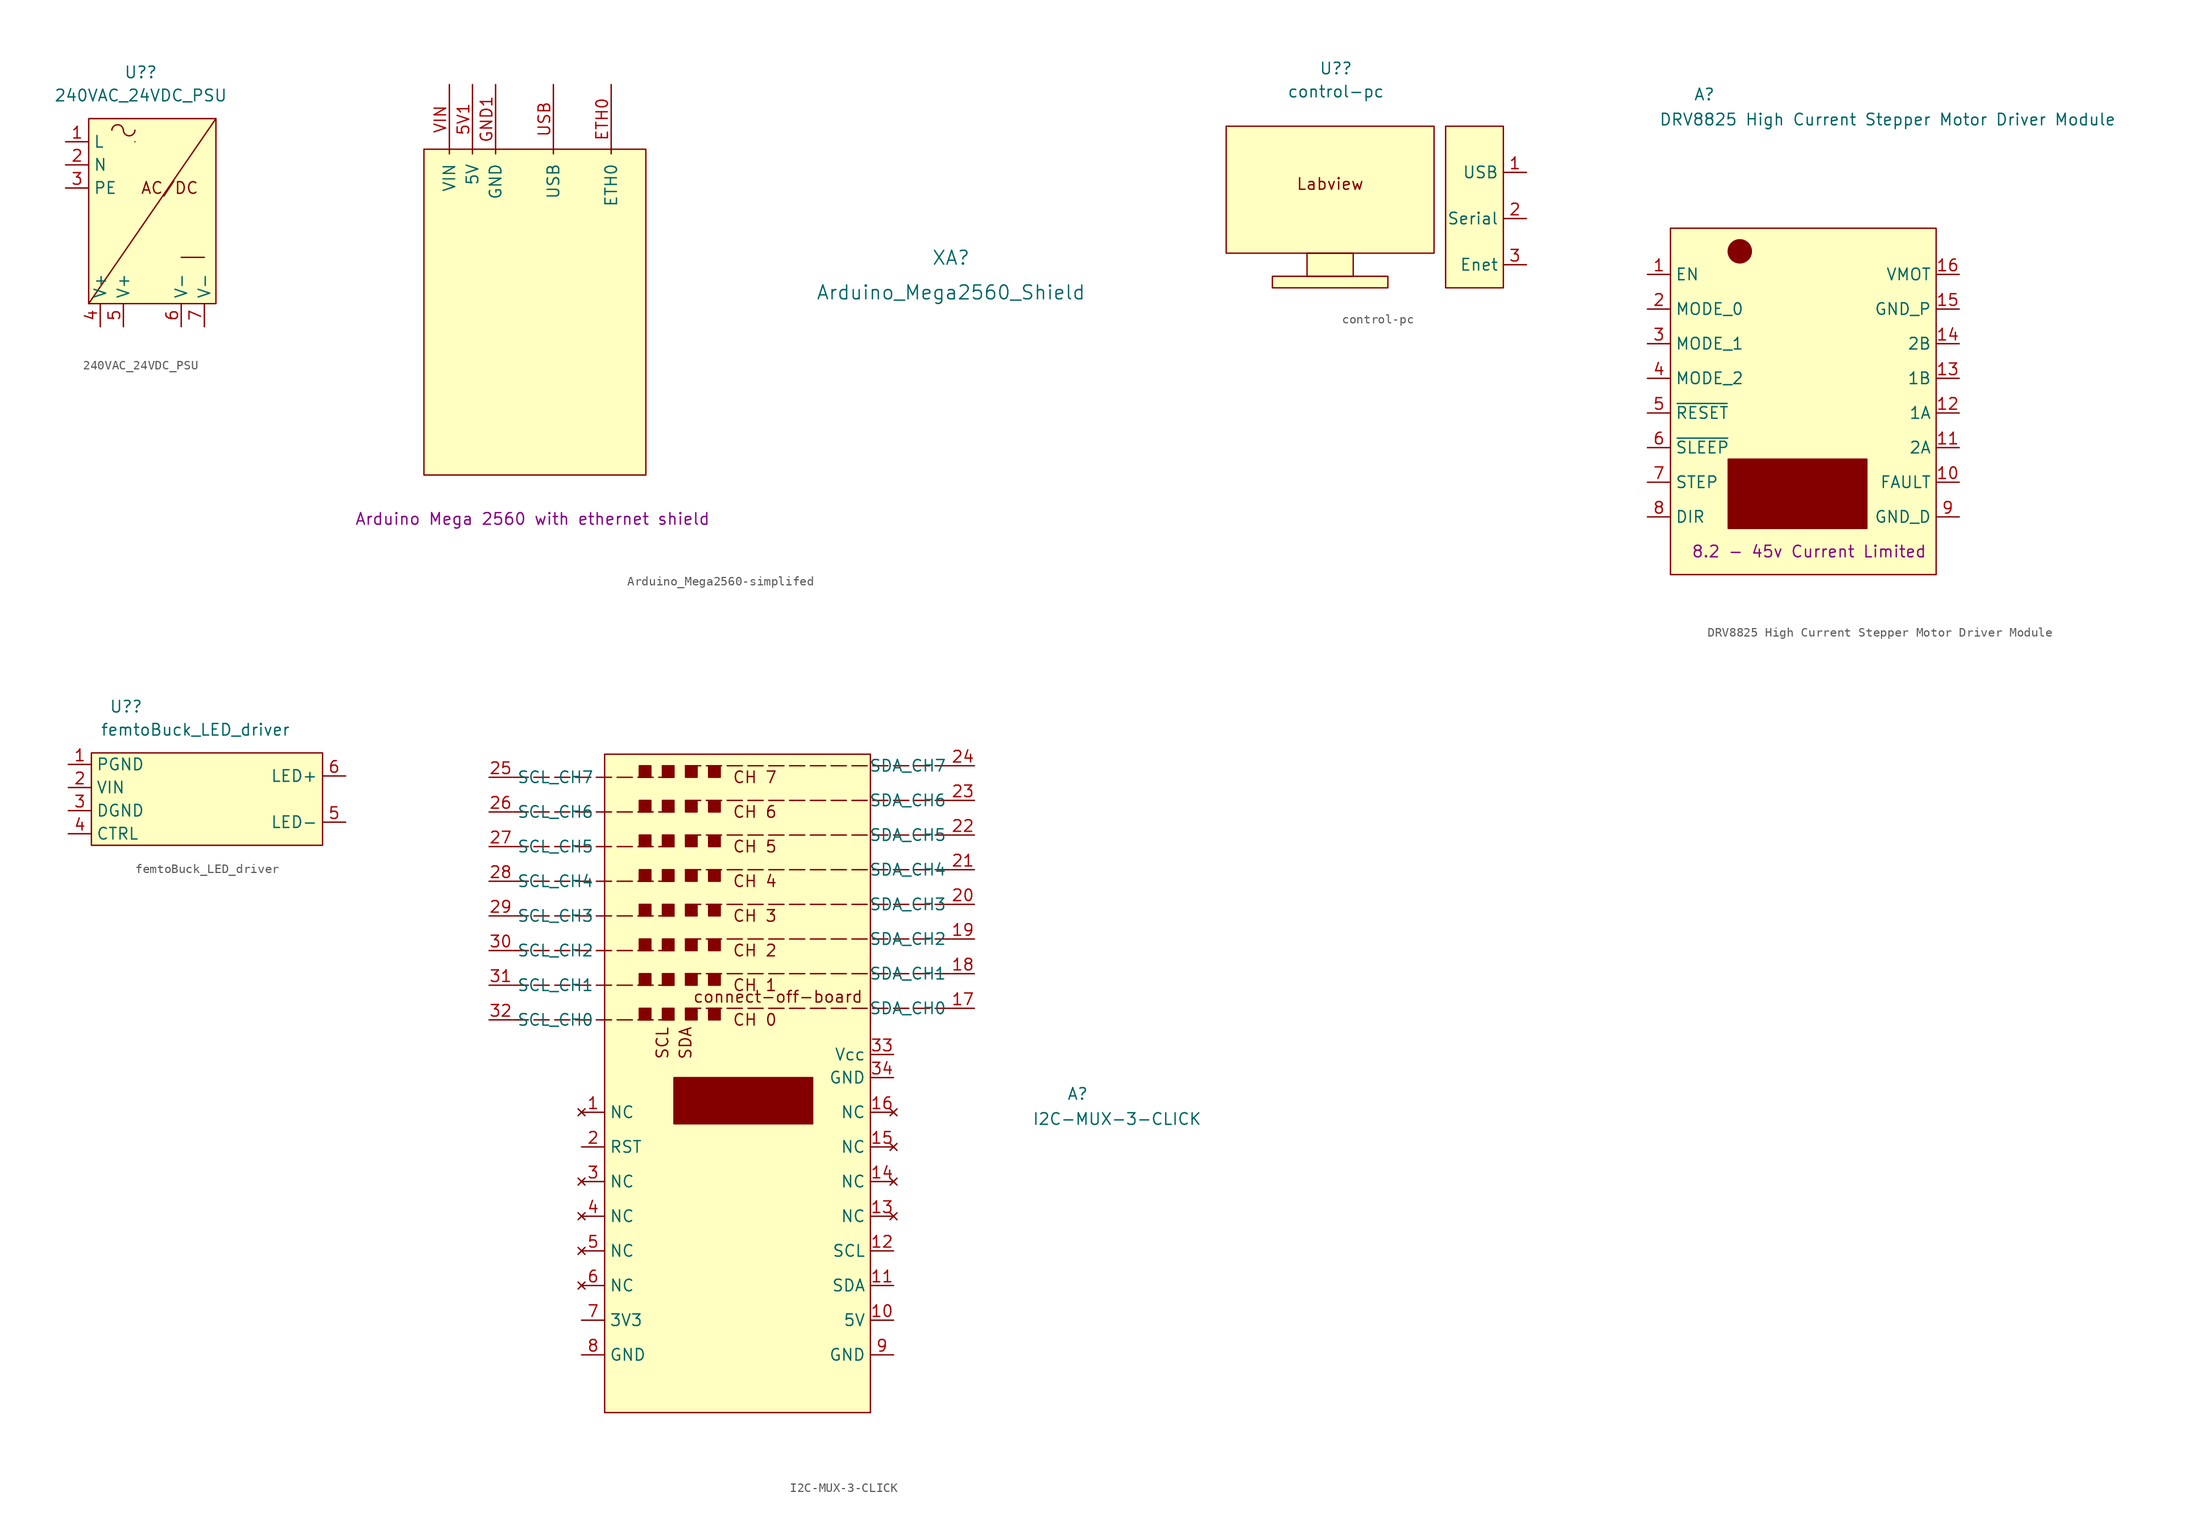
<source format=kicad_sym>
(kicad_symbol_lib
  (version 20231120)
  (generator "kicad_symbol_editor")
  (generator_version "8.0")
  (symbol "240VAC_24VDC_PSU"
    (property "Reference" "U?"
      (at -0.635 10.16 0)
      (effects (font (size 1.27 1.27))))
    (property "Value" "240VAC_24VDC_PSU"
      (at -0.635 7.62 0)
      (effects (font (size 1.27 1.27))))
    (symbol "240VAC_24VDC_PSU_0_0"
      (arc (start -2.54 3.81) (mid -3.175 4.4071) (end -3.81 3.81) (stroke (width 0) (type default)) (fill (type none)))
      (arc (start -2.54 3.81) (mid -1.905 3.1907) (end -1.27 3.81) (stroke (width 0) (type default)) (fill (type none)))
      (arc (start -1.27 2.54) (mid -1.27 2.54) (end -1.27 2.54) (stroke (width 0) (type default)) (fill (type none)))
      (polyline (pts (xy -6.35 -15.24) (xy 7.62 5.08)) (stroke (width 0) (type default)) (fill (type none)))
      (polyline (pts (xy 3.81 -10.16) (xy 6.35 -10.16)) (stroke (width 0) (type default)) (fill (type none)))
      (text "AC/DC" (at 2.54 -2.54 0) (effects (font (size 1.27 1.27))))
      (pin power_in line (at -8.89 2.54 0) (length 2.54) (name "L" (effects (font (size 1.27 1.27)))) (number "1" (effects (font (size 1.27 1.27)))))
      (pin passive line (at -8.89 0 0) (length 2.54) (name "N" (effects (font (size 1.27 1.27)))) (number "2" (effects (font (size 1.27 1.27)))))
      (pin passive line (at -8.89 -2.54 0) (length 2.54) (name "PE" (effects (font (size 1.27 1.27)))) (number "3" (effects (font (size 1.27 1.27)))))
      (pin passive line (at -5.08 -17.78 90) (length 2.54) (name "V+" (effects (font (size 1.27 1.27)))) (number "4" (effects (font (size 1.27 1.27)))))
      (pin passive line (at -2.54 -17.78 90) (length 2.54) (name "V+" (effects (font (size 1.27 1.27)))) (number "5" (effects (font (size 1.27 1.27)))))
      (pin passive line (at 3.81 -17.78 90) (length 2.54) (name "V-" (effects (font (size 1.27 1.27)))) (number "6" (effects (font (size 1.27 1.27)))))
      (pin passive line (at 6.35 -17.78 90) (length 2.54) (name "V-" (effects (font (size 1.27 1.27)))) (number "7" (effects (font (size 1.27 1.27))))))
    (symbol "240VAC_24VDC_PSU_0_1"
      (rectangle (start -6.35 5.08) (end 7.62 -15.24) (stroke (width 0) (type default)) (fill (type background)))))
  (symbol "Arduino_Mega2560-simplifed"
    (pin_names
      (offset 1.016))
    (property "Reference" "XA"
      (at 44.958 7.62 0)
      (effects (font (size 1.524 1.524))))
    (property "Value" "Arduino_Mega2560_Shield"
      (at 44.958 3.81 0)
      (effects (font (size 1.524 1.524))))
    (property "Description" "Arduino Mega 2560 with ethernet shield"
      (at -1.016 -21.082 0)
      (effects (font (size 1.27 1.27))))
    (symbol "Arduino_Mega2560-simplifed_0_0"
      (rectangle (start -12.954 19.558) (end 11.43 -16.256) (stroke (width 0) (type default)) (fill (type background))))
    (symbol "Arduino_Mega2560-simplifed_1_1"
      (pin power_in line (at -7.62 26.67 270) (length 7.62) (name "5V" (effects (font (size 1.27 1.27)))) (number "5V1" (effects (font (size 1.27 1.27)))))
      (pin bidirectional line (at 7.62 26.67 270) (length 7.62) (name "ETH0" (effects (font (size 1.27 1.27)))) (number "ETH0" (effects (font (size 1.27 1.27)))))
      (pin power_in line (at -5.08 26.67 270) (length 7.62) (name "GND" (effects (font (size 1.27 1.27)))) (number "GND1" (effects (font (size 1.27 1.27)))))
      (pin bidirectional line (at 1.27 26.67 270) (length 7.62) (name "USB" (effects (font (size 1.27 1.27)))) (number "USB" (effects (font (size 1.27 1.27)))))
      (pin power_in line (at -10.16 26.67 270) (length 7.62) (name "VIN" (effects (font (size 1.27 1.27)))) (number "VIN" (effects (font (size 1.27 1.27)))))))
  (symbol "control-pc"
    (property "Reference" "U?"
      (at -0.635 10.16 0)
      (effects (font (size 1.27 1.27))))
    (property "Value" "control-pc"
      (at -0.635 7.62 0)
      (effects (font (size 1.27 1.27))))
    (symbol "control-pc_0_0"
      (text "Labview" (at -1.27 -2.54 0) (effects (font (size 1.27 1.27)))))
    (symbol "control-pc_0_1"
      (rectangle (start -12.7 -10.16) (end 10.16 3.81) (stroke (width 0) (type default)) (fill (type background)))
      (rectangle (start -7.62 -13.97) (end 5.08 -12.7) (stroke (width 0) (type default)) (fill (type background)))
      (rectangle (start -3.81 -12.7) (end 1.27 -10.16) (stroke (width 0) (type default)) (fill (type background)))
      (rectangle (start 11.43 -13.97) (end 17.78 3.81) (stroke (width 0) (type default)) (fill (type background))))
    (symbol "control-pc_1_1"
      (pin bidirectional line (at 20.32 -1.27 180) (length 2.54) (name "USB" (effects (font (size 1.27 1.27)))) (number "1" (effects (font (size 1.27 1.27)))))
      (pin bidirectional line (at 20.32 -6.35 180) (length 2.54) (name "Serial" (effects (font (size 1.27 1.27)))) (number "2" (effects (font (size 1.27 1.27)))))
      (pin bidirectional line (at 20.32 -11.43 180) (length 2.54) (name "Enet" (effects (font (size 1.27 1.27)))) (number "3" (effects (font (size 1.27 1.27)))))))
  (symbol "DRV8825 High Current Stepper Motor Driver Module"
    (property "Reference" "A"
      (at -12.7 31.75 0)
      (effects (font (size 1.27 1.27)) (justify left bottom)))
    (property "Value" "DRV8825 High Current Stepper Motor Driver Module"
      (at -16.51 30.48 0)
      (effects (font (size 1.27 1.27)) (justify left top)))
    (property "Notes" "8.2 - 45v Current Limited"
      (at 0 -17.78 0)
      (effects (font (size 1.27 1.27))))
    (symbol "DRV8825 High Current Stepper Motor Driver Module_0_1"
      (rectangle (start -15.24 17.78) (end 13.97 -20.32) (stroke (width 0) (type default)) (fill (type background)))
      (rectangle (start -8.89 -7.62) (end 6.35 -15.24) (stroke (width 0) (type default)) (fill (type outline)))
      (circle (center -7.62 15.24) (radius 1.27) (stroke (width 0) (type default)) (fill (type outline))))
    (symbol "DRV8825 High Current Stepper Motor Driver Module_1_1"
      (pin passive line (at -17.78 12.7 0) (length 2.54) (name "EN" (effects (font (size 1.27 1.27)))) (number "1" (effects (font (size 1.27 1.27)))))
      (pin output line (at 16.51 -10.16 180) (length 2.54) (name "FAULT" (effects (font (size 1.27 1.27)))) (number "10" (effects (font (size 1.27 1.27)))))
      (pin output line (at 16.51 -6.35 180) (length 2.54) (name "2A" (effects (font (size 1.27 1.27)))) (number "11" (effects (font (size 1.27 1.27)))))
      (pin output line (at 16.51 -2.54 180) (length 2.54) (name "1A" (effects (font (size 1.27 1.27)))) (number "12" (effects (font (size 1.27 1.27)))))
      (pin output line (at 16.51 1.27 180) (length 2.54) (name "1B" (effects (font (size 1.27 1.27)))) (number "13" (effects (font (size 1.27 1.27)))))
      (pin output line (at 16.51 5.08 180) (length 2.54) (name "2B" (effects (font (size 1.27 1.27)))) (number "14" (effects (font (size 1.27 1.27)))))
      (pin power_in line (at 16.51 8.89 180) (length 2.54) (name "GND_P" (effects (font (size 1.27 1.27)))) (number "15" (effects (font (size 1.27 1.27)))))
      (pin power_in line (at 16.51 12.7 180) (length 2.54) (name "VMOT" (effects (font (size 1.27 1.27)))) (number "16" (effects (font (size 1.27 1.27)))))
      (pin passive line (at -17.78 8.89 0) (length 2.54) (name "MODE_0" (effects (font (size 1.27 1.27)))) (number "2" (effects (font (size 1.27 1.27)))))
      (pin passive line (at -17.78 5.08 0) (length 2.54) (name "MODE_1" (effects (font (size 1.27 1.27)))) (number "3" (effects (font (size 1.27 1.27)))))
      (pin passive line (at -17.78 1.27 0) (length 2.54) (name "MODE_2" (effects (font (size 1.27 1.27)))) (number "4" (effects (font (size 1.27 1.27)))))
      (pin input line (at -17.78 -2.54 0) (length 2.54) (name "~{RESET}" (effects (font (size 1.27 1.27)))) (number "5" (effects (font (size 1.27 1.27)))))
      (pin input line (at -17.78 -6.35 0) (length 2.54) (name "~{SLEEP}" (effects (font (size 1.27 1.27)))) (number "6" (effects (font (size 1.27 1.27)))))
      (pin input line (at -17.78 -10.16 0) (length 2.54) (name "STEP" (effects (font (size 1.27 1.27)))) (number "7" (effects (font (size 1.27 1.27)))))
      (pin input line (at -17.78 -13.97 0) (length 2.54) (name "DIR" (effects (font (size 1.27 1.27)))) (number "8" (effects (font (size 1.27 1.27)))))
      (pin power_out line (at 16.51 -13.97 180) (length 2.54) (name "GND_D" (effects (font (size 1.27 1.27)))) (number "9" (effects (font (size 1.27 1.27)))))))
  (symbol "femtoBuck_LED_driver"
    (property "Reference" "U?"
      (at -6.35 10.16 0)
      (effects (font (size 1.27 1.27))))
    (property "Value" "femtoBuck_LED_driver"
      (at 1.27 7.62 0)
      (effects (font (size 1.27 1.27))))
    (symbol "femtoBuck_LED_driver_0_0"
      (rectangle (start -10.16 5.08) (end 15.24 -5.08) (stroke (width 0) (type default)) (fill (type background))))
    (symbol "femtoBuck_LED_driver_1_1"
      (pin power_in line (at -12.7 3.81 0) (length 2.54) (name "PGND" (effects (font (size 1.27 1.27)))) (number "1" (effects (font (size 1.27 1.27)))))
      (pin power_in line (at -12.7 1.27 0) (length 2.54) (name "VIN" (effects (font (size 1.27 1.27)))) (number "2" (effects (font (size 1.27 1.27)))))
      (pin power_in line (at -12.7 -1.27 0) (length 2.54) (name "DGND" (effects (font (size 1.27 1.27)))) (number "3" (effects (font (size 1.27 1.27)))))
      (pin input line (at -12.7 -3.81 0) (length 2.54) (name "CTRL" (effects (font (size 1.27 1.27)))) (number "4" (effects (font (size 1.27 1.27)))))
      (pin output line (at 17.78 -2.54 180) (length 2.54) (name "LED-" (effects (font (size 1.27 1.27)))) (number "5" (effects (font (size 1.27 1.27)))))
      (pin output line (at 17.78 2.54 180) (length 2.54) (name "LED+" (effects (font (size 1.27 1.27)))) (number "6" (effects (font (size 1.27 1.27)))))))
  (symbol "I2C-MUX-3-CLICK"
    (property "Reference" "A"
      (at 35.56 13.97 0)
      (effects (font (size 1.27 1.27)) (justify left bottom)))
    (property "Value" "I2C-MUX-3-CLICK"
      (at 31.75 12.7 0)
      (effects (font (size 1.27 1.27)) (justify left top)))
    (symbol "I2C-MUX-3-CLICK_0_1"
      (rectangle (start -15.24 52.07) (end 13.97 -20.32) (stroke (width 0) (type default)) (fill (type background)))
      (rectangle (start -11.43 24.13) (end -10.16 22.86) (stroke (width 0) (type default)) (fill (type outline)))
      (rectangle (start -11.43 27.94) (end -10.16 26.67) (stroke (width 0) (type default)) (fill (type outline)))
      (rectangle (start -11.43 31.75) (end -10.16 30.48) (stroke (width 0) (type default)) (fill (type outline)))
      (rectangle (start -11.43 35.56) (end -10.16 34.29) (stroke (width 0) (type default)) (fill (type outline)))
      (rectangle (start -11.43 39.37) (end -10.16 38.1) (stroke (width 0) (type default)) (fill (type outline)))
      (rectangle (start -11.43 43.18) (end -10.16 41.91) (stroke (width 0) (type default)) (fill (type outline)))
      (rectangle (start -11.43 46.99) (end -10.16 45.72) (stroke (width 0) (type default)) (fill (type outline)))
      (rectangle (start -11.43 50.8) (end -10.16 49.53) (stroke (width 0) (type default)) (fill (type outline)))
      (rectangle (start -8.89 24.13) (end -7.62 22.86) (stroke (width 0) (type default)) (fill (type outline)))
      (rectangle (start -8.89 27.94) (end -7.62 26.67) (stroke (width 0) (type default)) (fill (type outline)))
      (rectangle (start -8.89 31.75) (end -7.62 30.48) (stroke (width 0) (type default)) (fill (type outline)))
      (rectangle (start -8.89 35.56) (end -7.62 34.29) (stroke (width 0) (type default)) (fill (type outline)))
      (rectangle (start -8.89 39.37) (end -7.62 38.1) (stroke (width 0) (type default)) (fill (type outline)))
      (rectangle (start -8.89 43.18) (end -7.62 41.91) (stroke (width 0) (type default)) (fill (type outline)))
      (rectangle (start -8.89 46.99) (end -7.62 45.72) (stroke (width 0) (type default)) (fill (type outline)))
      (rectangle (start -8.89 50.8) (end -7.62 49.53) (stroke (width 0) (type default)) (fill (type outline)))
      (rectangle (start -7.62 16.51) (end 7.62 11.43) (stroke (width 0) (type default)) (fill (type outline)))
      (rectangle (start -6.35 24.13) (end -5.08 22.86) (stroke (width 0) (type default)) (fill (type outline)))
      (rectangle (start -6.35 27.94) (end -5.08 26.67) (stroke (width 0) (type default)) (fill (type outline)))
      (rectangle (start -6.35 31.75) (end -5.08 30.48) (stroke (width 0) (type default)) (fill (type outline)))
      (rectangle (start -6.35 35.56) (end -5.08 34.29) (stroke (width 0) (type default)) (fill (type outline)))
      (rectangle (start -6.35 39.37) (end -5.08 38.1) (stroke (width 0) (type default)) (fill (type outline)))
      (rectangle (start -6.35 43.18) (end -5.08 41.91) (stroke (width 0) (type default)) (fill (type outline)))
      (rectangle (start -6.35 46.99) (end -5.08 45.72) (stroke (width 0) (type default)) (fill (type outline)))
      (rectangle (start -6.35 50.8) (end -5.08 49.53) (stroke (width 0) (type default)) (fill (type outline)))
      (rectangle (start -3.81 24.13) (end -2.54 22.86) (stroke (width 0) (type default)) (fill (type outline)))
      (rectangle (start -3.81 27.94) (end -2.54 26.67) (stroke (width 0) (type default)) (fill (type outline)))
      (rectangle (start -3.81 31.75) (end -2.54 30.48) (stroke (width 0) (type default)) (fill (type outline)))
      (rectangle (start -3.81 35.56) (end -2.54 34.29) (stroke (width 0) (type default)) (fill (type outline)))
      (rectangle (start -3.81 39.37) (end -2.54 38.1) (stroke (width 0) (type default)) (fill (type outline)))
      (rectangle (start -3.81 43.18) (end -2.54 41.91) (stroke (width 0) (type default)) (fill (type outline)))
      (rectangle (start -3.81 46.99) (end -2.54 45.72) (stroke (width 0) (type default)) (fill (type outline)))
      (rectangle (start -3.81 50.8) (end -2.54 49.53) (stroke (width 0) (type default)) (fill (type outline)))
      (polyline (pts (xy -7.62 22.86) (xy -25.4 22.86)) (stroke (width 0) (type dash)) (fill (type none)))
      (polyline (pts (xy -7.62 26.67) (xy -25.4 26.67)) (stroke (width 0) (type dash)) (fill (type none)))
      (polyline (pts (xy -7.62 30.48) (xy -25.4 30.48)) (stroke (width 0) (type dash)) (fill (type none)))
      (polyline (pts (xy -7.62 34.29) (xy -25.4 34.29)) (stroke (width 0) (type dash)) (fill (type none)))
      (polyline (pts (xy -7.62 38.1) (xy -25.4 38.1)) (stroke (width 0) (type dash)) (fill (type none)))
      (polyline (pts (xy -7.62 41.91) (xy -25.4 41.91)) (stroke (width 0) (type dash)) (fill (type none)))
      (polyline (pts (xy -7.62 45.72) (xy -25.4 45.72)) (stroke (width 0) (type dash)) (fill (type none)))
      (polyline (pts (xy -7.62 49.53) (xy -25.4 49.53)) (stroke (width 0) (type dash)) (fill (type none)))
      (polyline (pts (xy -6.35 24.13) (xy 22.86 24.13)) (stroke (width 0) (type dash)) (fill (type none)))
      (polyline (pts (xy -6.35 27.94) (xy 22.86 27.94)) (stroke (width 0) (type dash)) (fill (type none)))
      (polyline (pts (xy -6.35 31.75) (xy 22.86 31.75)) (stroke (width 0) (type dash)) (fill (type none)))
      (polyline (pts (xy -6.35 35.56) (xy 22.86 35.56)) (stroke (width 0) (type dash)) (fill (type none)))
      (polyline (pts (xy -6.35 39.37) (xy 22.86 39.37)) (stroke (width 0) (type dash)) (fill (type none)))
      (polyline (pts (xy -6.35 43.18) (xy 22.86 43.18)) (stroke (width 0) (type dash)) (fill (type none)))
      (polyline (pts (xy -6.35 46.99) (xy 22.86 46.99)) (stroke (width 0) (type dash)) (fill (type none)))
      (polyline (pts (xy -6.35 50.8) (xy 22.86 50.8)) (stroke (width 0) (type dash)) (fill (type none)))
      (text "CH 0" (at 1.27 22.86 0) (effects (font (size 1.27 1.27))))
      (text "CH 1" (at 1.27 26.67 0) (effects (font (size 1.27 1.27))))
      (text "CH 2" (at 1.27 30.48 0) (effects (font (size 1.27 1.27))))
      (text "CH 3" (at 1.27 34.29 0) (effects (font (size 1.27 1.27))))
      (text "CH 4" (at 1.27 38.1 0) (effects (font (size 1.27 1.27))))
      (text "CH 5" (at 1.27 41.91 0) (effects (font (size 1.27 1.27))))
      (text "CH 6" (at 1.27 45.72 0) (effects (font (size 1.27 1.27))))
      (text "CH 7" (at 1.27 49.53 0) (effects (font (size 1.27 1.27))))
      (text "connect-off-board" (at 3.81 25.4 0) (effects (font (size 1.27 1.27))))
      (text "SCL" (at -8.89 20.32 900) (effects (font (size 1.27 1.27))))
      (text "SDA" (at -6.35 20.32 900) (effects (font (size 1.27 1.27)))))
    (symbol "I2C-MUX-3-CLICK_1_1"
      (pin no_connect line (at -17.78 12.7 0) (length 2.54) (name "NC" (effects (font (size 1.27 1.27)))) (number "1" (effects (font (size 1.27 1.27)))))
      (pin power_in line (at 16.51 -10.16 180) (length 2.54) (name "5V" (effects (font (size 1.27 1.27)))) (number "10" (effects (font (size 1.27 1.27)))))
      (pin bidirectional line (at 16.51 -6.35 180) (length 2.54) (name "SDA" (effects (font (size 1.27 1.27)))) (number "11" (effects (font (size 1.27 1.27)))))
      (pin input line (at 16.51 -2.54 180) (length 2.54) (name "SCL" (effects (font (size 1.27 1.27)))) (number "12" (effects (font (size 1.27 1.27)))))
      (pin no_connect line (at 16.51 1.27 180) (length 2.54) (name "NC" (effects (font (size 1.27 1.27)))) (number "13" (effects (font (size 1.27 1.27)))))
      (pin no_connect line (at 16.51 5.08 180) (length 2.54) (name "NC" (effects (font (size 1.27 1.27)))) (number "14" (effects (font (size 1.27 1.27)))))
      (pin no_connect line (at 16.51 8.89 180) (length 2.54) (name "NC" (effects (font (size 1.27 1.27)))) (number "15" (effects (font (size 1.27 1.27)))))
      (pin no_connect line (at 16.51 12.7 180) (length 2.54) (name "NC" (effects (font (size 1.27 1.27)))) (number "16" (effects (font (size 1.27 1.27)))))
      (pin output line (at 25.4 24.13 180) (length 2.54) (name "SDA_CH0" (effects (font (size 1.27 1.27)))) (number "17" (effects (font (size 1.27 1.27)))))
      (pin output line (at 25.4 27.94 180) (length 2.54) (name "SDA_CH1" (effects (font (size 1.27 1.27)))) (number "18" (effects (font (size 1.27 1.27)))))
      (pin output line (at 25.4 31.75 180) (length 2.54) (name "SDA_CH2" (effects (font (size 1.27 1.27)))) (number "19" (effects (font (size 1.27 1.27)))))
      (pin passive line (at -17.78 8.89 0) (length 2.54) (name "RST" (effects (font (size 1.27 1.27)))) (number "2" (effects (font (size 1.27 1.27)))))
      (pin output line (at 25.4 35.56 180) (length 2.54) (name "SDA_CH3" (effects (font (size 1.27 1.27)))) (number "20" (effects (font (size 1.27 1.27)))))
      (pin output line (at 25.4 39.37 180) (length 2.54) (name "SDA_CH4" (effects (font (size 1.27 1.27)))) (number "21" (effects (font (size 1.27 1.27)))))
      (pin output line (at 25.4 43.18 180) (length 2.54) (name "SDA_CH5" (effects (font (size 1.27 1.27)))) (number "22" (effects (font (size 1.27 1.27)))))
      (pin output line (at 25.4 46.99 180) (length 2.54) (name "SDA_CH6" (effects (font (size 1.27 1.27)))) (number "23" (effects (font (size 1.27 1.27)))))
      (pin output line (at 25.4 50.8 180) (length 2.54) (name "SDA_CH7" (effects (font (size 1.27 1.27)))) (number "24" (effects (font (size 1.27 1.27)))))
      (pin output line (at -27.94 49.53 0) (length 2.54) (name "SCL_CH7" (effects (font (size 1.27 1.27)))) (number "25" (effects (font (size 1.27 1.27)))))
      (pin output line (at -27.94 45.72 0) (length 2.54) (name "SCL_CH6" (effects (font (size 1.27 1.27)))) (number "26" (effects (font (size 1.27 1.27)))))
      (pin output line (at -27.94 41.91 0) (length 2.54) (name "SCL_CH5" (effects (font (size 1.27 1.27)))) (number "27" (effects (font (size 1.27 1.27)))))
      (pin output line (at -27.94 38.1 0) (length 2.54) (name "SCL_CH4" (effects (font (size 1.27 1.27)))) (number "28" (effects (font (size 1.27 1.27)))))
      (pin output line (at -27.94 34.29 0) (length 2.54) (name "SCL_CH3" (effects (font (size 1.27 1.27)))) (number "29" (effects (font (size 1.27 1.27)))))
      (pin no_connect line (at -17.78 5.08 0) (length 2.54) (name "NC" (effects (font (size 1.27 1.27)))) (number "3" (effects (font (size 1.27 1.27)))))
      (pin output line (at -27.94 30.48 0) (length 2.54) (name "SCL_CH2" (effects (font (size 1.27 1.27)))) (number "30" (effects (font (size 1.27 1.27)))))
      (pin output line (at -27.94 26.67 0) (length 2.54) (name "SCL_CH1" (effects (font (size 1.27 1.27)))) (number "31" (effects (font (size 1.27 1.27)))))
      (pin output line (at -27.94 22.86 0) (length 2.54) (name "SCL_CH0" (effects (font (size 1.27 1.27)))) (number "32" (effects (font (size 1.27 1.27)))))
      (pin output line (at 16.51 19.05 180) (length 2.54) (name "Vcc" (effects (font (size 1.27 1.27)))) (number "33" (effects (font (size 1.27 1.27)))))
      (pin output line (at 16.51 16.51 180) (length 2.54) (name "GND" (effects (font (size 1.27 1.27)))) (number "34" (effects (font (size 1.27 1.27)))))
      (pin no_connect line (at -17.78 1.27 0) (length 2.54) (name "NC" (effects (font (size 1.27 1.27)))) (number "4" (effects (font (size 1.27 1.27)))))
      (pin no_connect line (at -17.78 -2.54 0) (length 2.54) (name "NC" (effects (font (size 1.27 1.27)))) (number "5" (effects (font (size 1.27 1.27)))))
      (pin no_connect line (at -17.78 -6.35 0) (length 2.54) (name "NC" (effects (font (size 1.27 1.27)))) (number "6" (effects (font (size 1.27 1.27)))))
      (pin power_in line (at -17.78 -10.16 0) (length 2.54) (name "3V3" (effects (font (size 1.27 1.27)))) (number "7" (effects (font (size 1.27 1.27)))))
      (pin power_in line (at -17.78 -13.97 0) (length 2.54) (name "GND" (effects (font (size 1.27 1.27)))) (number "8" (effects (font (size 1.27 1.27)))))
      (pin power_in line (at 16.51 -13.97 180) (length 2.54) (name "GND" (effects (font (size 1.27 1.27)))) (number "9" (effects (font (size 1.27 1.27))))))))
</source>
